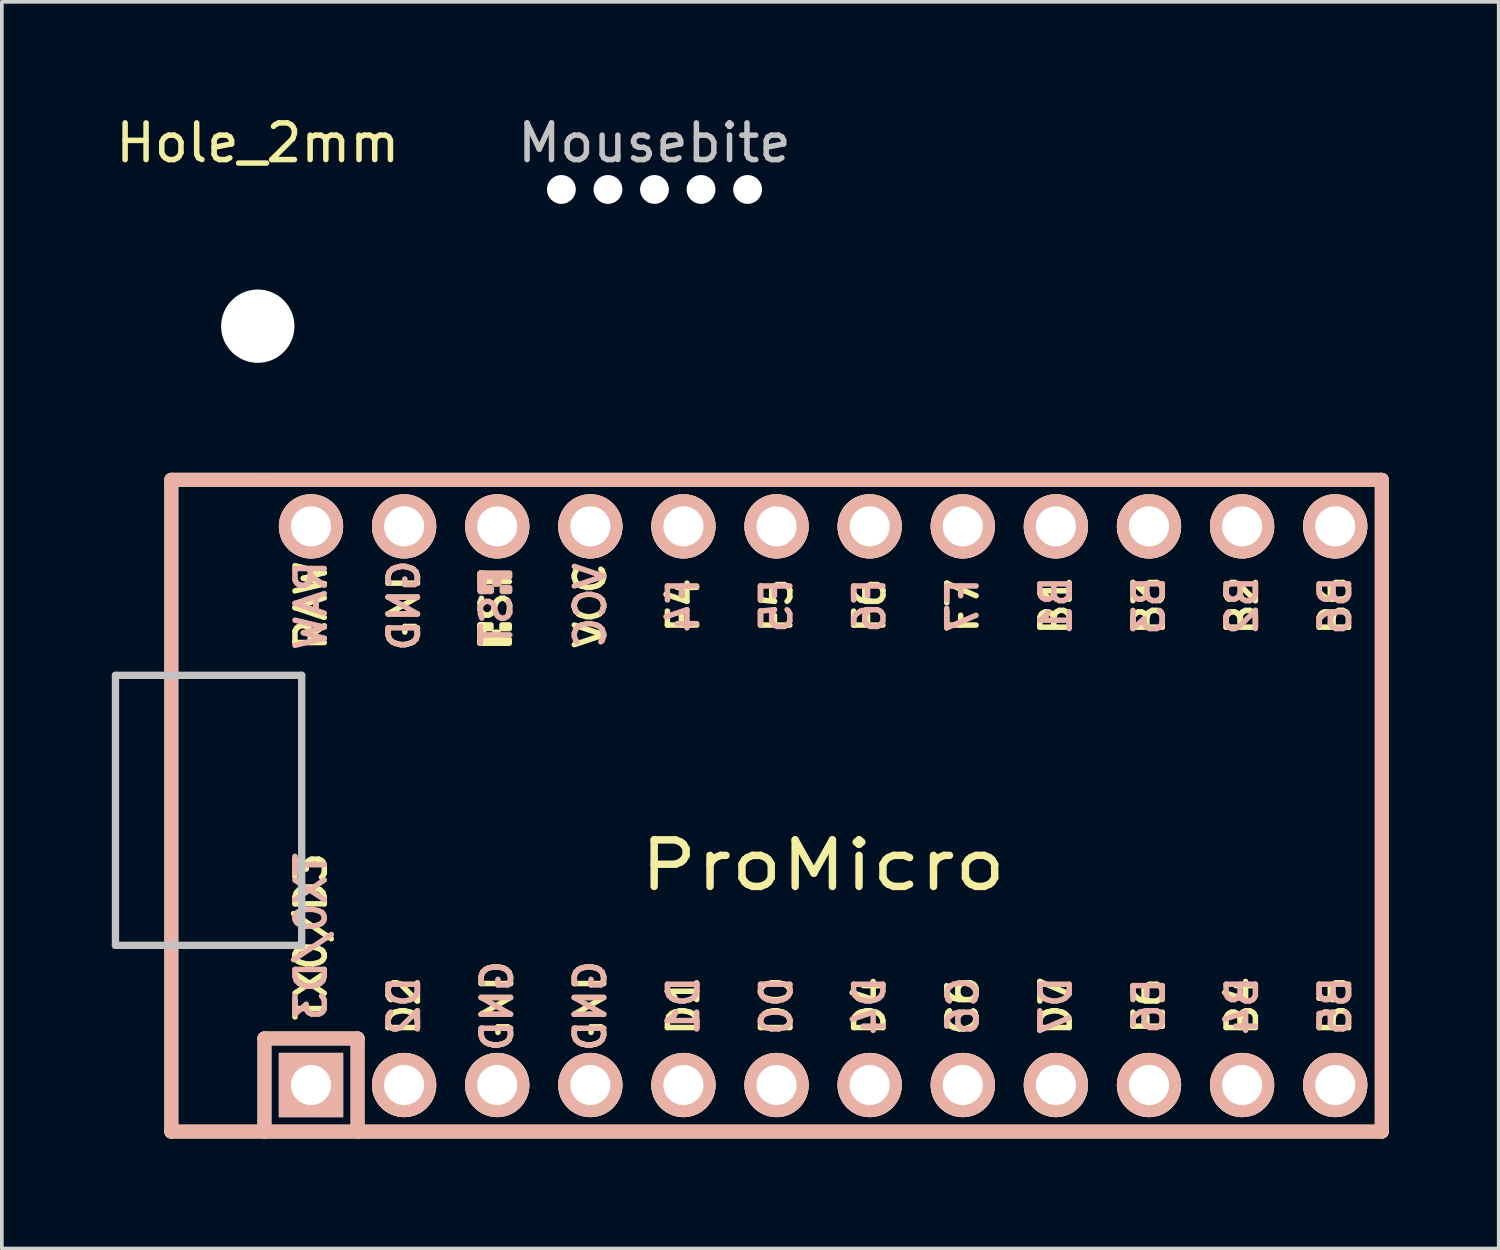
<source format=kicad_pcb>
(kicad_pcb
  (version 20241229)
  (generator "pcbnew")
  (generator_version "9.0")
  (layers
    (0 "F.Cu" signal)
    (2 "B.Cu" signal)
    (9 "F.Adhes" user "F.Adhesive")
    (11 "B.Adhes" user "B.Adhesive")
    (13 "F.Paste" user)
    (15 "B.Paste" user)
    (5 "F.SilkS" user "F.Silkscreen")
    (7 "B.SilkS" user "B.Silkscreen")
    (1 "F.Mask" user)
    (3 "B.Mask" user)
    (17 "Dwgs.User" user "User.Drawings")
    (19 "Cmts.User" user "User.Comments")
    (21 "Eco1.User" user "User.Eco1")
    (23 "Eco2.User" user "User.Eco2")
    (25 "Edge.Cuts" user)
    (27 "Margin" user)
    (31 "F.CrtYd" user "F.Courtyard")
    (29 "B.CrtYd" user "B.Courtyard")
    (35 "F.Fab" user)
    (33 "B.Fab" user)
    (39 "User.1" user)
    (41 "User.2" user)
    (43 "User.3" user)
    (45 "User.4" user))
  (footprint "Mousebite"
    (layer "F.Cu")
    (at 14.804 2.372)
    (property "Reference" "Mousebite" (at 0 -1.524 0) (layer "Dwgs.User") (effects (font (size 1 1) (thickness 0.15))))
    (attr exclude_from_pos_files exclude_from_bom)
    (pad "" np_thru_hole circle (at -2.54 -0.254) (size 0.787 0.787) (drill 0.787) (layers "*.Cu" "*.Mask"))
    (pad "" np_thru_hole circle (at -1.27 -0.254) (size 0.787 0.787) (drill 0.787) (layers "*.Cu" "*.Mask"))
    (pad "" np_thru_hole circle (at 0 -0.254) (size 0.787 0.787) (drill 0.787) (layers "*.Cu" "*.Mask"))
    (pad "" np_thru_hole circle (at 1.27 -0.254) (size 0.787 0.787) (drill 0.787) (layers "*.Cu" "*.Mask"))
    (pad "" np_thru_hole circle (at 2.54 -0.254) (size 0.787 0.787) (drill 0.787) (layers "*.Cu" "*.Mask")))
  (footprint "Hole_2mm"
    (layer "F.Cu")
    (at 3.982 5.848)
    (property "Reference" "Hole_2mm" (at 0 -5 0) (layer "F.SilkS") (effects (font (size 1 1) (thickness 0.15))))
    (attr exclude_from_pos_files exclude_from_bom)
    (pad "" np_thru_hole circle (at 0 0) (size 2 2) (drill 2) (layers "*.Cu" "*.Mask")))
  (footprint "ProMicro"
    (layer "F.Cu")
    (at 19.404 18.929)
    (property "Reference" "ProMicro" (at 0 1.625 0) (layer "F.SilkS") (effects (font (size 1.27 1.524) (thickness 0.203))))
    (attr through_hole)
    (fp_line (start -17.78 -8.89) (end -17.78 8.89) (stroke (width 0.381) (type solid)) (layer "F.SilkS"))
    (fp_line (start -17.78 8.89) (end -15.24 8.89) (stroke (width 0.381) (type solid)) (layer "F.SilkS"))
    (fp_line (start -15.24 -8.89) (end -17.78 -8.89) (stroke (width 0.381) (type solid)) (layer "F.SilkS"))
    (fp_line (start -15.24 6.35) (end -15.24 8.89) (stroke (width 0.381) (type solid)) (layer "F.SilkS"))
    (fp_line (start -15.24 6.35) (end -12.7 6.35) (stroke (width 0.381) (type solid)) (layer "F.SilkS"))
    (fp_line (start -15.24 8.89) (end 15.24 8.89) (stroke (width 0.381) (type solid)) (layer "F.SilkS"))
    (fp_line (start -12.7 6.35) (end -12.7 8.89) (stroke (width 0.381) (type solid)) (layer "F.SilkS"))
    (fp_line (start 15.24 -8.89) (end -15.24 -8.89) (stroke (width 0.381) (type solid)) (layer "F.SilkS"))
    (fp_line (start 15.24 8.89) (end 15.24 -8.89) (stroke (width 0.381) (type solid)) (layer "F.SilkS"))
    (fp_poly (pts (xy -9.361 -4.932) (xy -9.261 -4.932) (xy -9.261 -4.432) (xy -9.361 -4.432)) (stroke (width 0.15) (type solid)) (fill yes) (layer "F.SilkS"))
    (fp_poly (pts (xy -9.361 -4.932) (xy -9.061 -4.932) (xy -9.061 -4.832) (xy -9.361 -4.832)) (stroke (width 0.15) (type solid)) (fill yes) (layer "F.SilkS"))
    (fp_poly (pts (xy -9.361 -4.532) (xy -8.561 -4.532) (xy -8.561 -4.432) (xy -9.361 -4.432)) (stroke (width 0.15) (type solid)) (fill yes) (layer "F.SilkS"))
    (fp_poly (pts (xy -8.961 -4.732) (xy -8.861 -4.732) (xy -8.861 -4.632) (xy -8.961 -4.632)) (stroke (width 0.15) (type solid)) (fill yes) (layer "F.SilkS"))
    (fp_poly (pts (xy -8.761 -4.932) (xy -8.561 -4.932) (xy -8.561 -4.832) (xy -8.761 -4.832)) (stroke (width 0.15) (type solid)) (fill yes) (layer "F.SilkS"))
    (fp_line (start -17.78 -8.89) (end -17.78 8.89) (stroke (width 0.381) (type solid)) (layer "B.SilkS"))
    (fp_line (start -17.78 8.89) (end 15.24 8.89) (stroke (width 0.381) (type solid)) (layer "B.SilkS"))
    (fp_line (start -15.24 6.35) (end -15.24 8.89) (stroke (width 0.381) (type solid)) (layer "B.SilkS"))
    (fp_line (start -15.24 6.35) (end -12.7 6.35) (stroke (width 0.381) (type solid)) (layer "B.SilkS"))
    (fp_line (start -12.7 6.35) (end -12.7 8.89) (stroke (width 0.381) (type solid)) (layer "B.SilkS"))
    (fp_line (start 15.24 -8.89) (end -17.78 -8.89) (stroke (width 0.381) (type solid)) (layer "B.SilkS"))
    (fp_line (start 15.24 8.89) (end 15.24 -8.89) (stroke (width 0.381) (type solid)) (layer "B.SilkS"))
    (fp_poly (pts (xy -9.351 -6.245) (xy -8.551 -6.245) (xy -8.551 -6.345) (xy -9.351 -6.345)) (stroke (width 0.15) (type solid)) (fill yes) (layer "B.SilkS"))
    (fp_poly (pts (xy -9.351 -5.845) (xy -9.251 -5.845) (xy -9.251 -6.345) (xy -9.351 -6.345)) (stroke (width 0.15) (type solid)) (fill yes) (layer "B.SilkS"))
    (fp_poly (pts (xy -9.351 -5.845) (xy -9.051 -5.845) (xy -9.051 -5.945) (xy -9.351 -5.945)) (stroke (width 0.15) (type solid)) (fill yes) (layer "B.SilkS"))
    (fp_poly (pts (xy -8.951 -6.045) (xy -8.851 -6.045) (xy -8.851 -6.145) (xy -8.951 -6.145)) (stroke (width 0.15) (type solid)) (fill yes) (layer "B.SilkS"))
    (fp_poly (pts (xy -8.751 -5.845) (xy -8.551 -5.845) (xy -8.551 -5.945) (xy -8.751 -5.945)) (stroke (width 0.15) (type solid)) (fill yes) (layer "B.SilkS"))
    (fp_line (start -19.304 -3.556) (end -14.224 -3.556) (stroke (width 0.2) (type solid)) (layer "Dwgs.User"))
    (fp_line (start -19.304 3.81) (end -19.304 -3.556) (stroke (width 0.2) (type solid)) (layer "Dwgs.User"))
    (fp_line (start -14.224 -3.556) (end -14.224 3.81) (stroke (width 0.2) (type solid)) (layer "Dwgs.User"))
    (fp_line (start -14.224 3.81) (end -19.304 3.81) (stroke (width 0.2) (type solid)) (layer "Dwgs.User"))
    (fp_text user "F5" (at -1.27 -5.461 90) (layer "F.SilkS") (effects (font (size 0.8 0.8) (thickness 0.15))))
    (fp_text user "D4" (at 1.27 5.461 90) (layer "F.SilkS") (effects (font (size 0.8 0.8) (thickness 0.15))))
    (fp_text user "F7" (at 3.81 -5.461 90) (layer "F.SilkS") (effects (font (size 0.8 0.8) (thickness 0.15))))
    (fp_text user "F6" (at 1.27 -5.461 90) (layer "F.SilkS") (effects (font (size 0.8 0.8) (thickness 0.15))))
    (fp_text user "TX0/D3" (at -13.97 3.572 90) (layer "F.SilkS") (effects (font (size 0.8 0.8) (thickness 0.15))))
    (fp_text user "D7" (at 6.35 5.461 90) (layer "F.SilkS") (effects (font (size 0.8 0.8) (thickness 0.15))))
    (fp_text user "D1" (at -3.81 5.461 90) (layer "F.SilkS") (effects (font (size 0.8 0.8) (thickness 0.15))))
    (fp_text user "D2" (at -11.43 5.461 90) (layer "F.SilkS") (effects (font (size 0.8 0.8) (thickness 0.15))))
    (fp_text user "B2" (at 11.43 -5.461 90) (layer "F.SilkS") (effects (font (size 0.8 0.8) (thickness 0.15))))
    (fp_text user "B1" (at 6.35 -5.461 90) (layer "F.SilkS") (effects (font (size 0.8 0.8) (thickness 0.15))))
    (fp_text user "B6" (at 13.97 -5.461 90) (layer "F.SilkS") (effects (font (size 0.8 0.8) (thickness 0.15))))
    (fp_text user "F4" (at -3.81 -5.461 90) (layer "F.SilkS") (effects (font (size 0.8 0.8) (thickness 0.15))))
    (fp_text user "D0" (at -1.27 5.461 90) (layer "F.SilkS") (effects (font (size 0.8 0.8) (thickness 0.15))))
    (fp_text user "GND" (at -6.35 5.461 90) (layer "F.SilkS") (effects (font (size 0.8 0.8) (thickness 0.15))))
    (fp_text user "B4" (at 11.43 5.461 90) (layer "F.SilkS") (effects (font (size 0.8 0.8) (thickness 0.15))))
    (fp_text user "B3" (at 8.89 -5.461 90) (layer "F.SilkS") (effects (font (size 0.8 0.8) (thickness 0.15))))
    (fp_text user "B5" (at 13.97 5.461 90) (layer "F.SilkS") (effects (font (size 0.8 0.8) (thickness 0.15))))
    (fp_text user "GND" (at -11.43 -5.461 90) (layer "F.SilkS") (effects (font (size 0.8 0.8) (thickness 0.15))))
    (fp_text user "VCC" (at -6.35 -5.461 90) (layer "F.SilkS") (effects (font (size 0.8 0.8) (thickness 0.15))))
    (fp_text user "ST" (at -8.92 -5.733 90) (layer "F.SilkS") (effects (font (size 0.8 0.8) (thickness 0.15))))
    (fp_text user "E6" (at 8.89 5.461 90) (layer "F.SilkS") (effects (font (size 0.8 0.8) (thickness 0.15))))
    (fp_text user "RAW" (at -13.97 -5.461 90) (layer "F.SilkS") (effects (font (size 0.8 0.8) (thickness 0.15))))
    (fp_text user "C6" (at 3.81 5.461 90) (layer "F.SilkS") (effects (font (size 0.8 0.8) (thickness 0.15))))
    (fp_text user "GND" (at -8.89 5.461 90) (layer "F.SilkS") (effects (font (size 0.8 0.8) (thickness 0.15))))
    (fp_text user "ST" (at -8.91 -5.04 90) (layer "B.SilkS") (effects (font (size 0.8 0.8) (thickness 0.15)) (justify mirror)))
    (fp_text user "B6" (at 13.97 -5.461 90) (layer "B.SilkS") (effects (font (size 0.8 0.8) (thickness 0.15)) (justify mirror)))
    (fp_text user "GND" (at -8.89 5.461 90) (layer "B.SilkS") (effects (font (size 0.8 0.8) (thickness 0.15)) (justify mirror)))
    (fp_text user "TX0/D3" (at -13.97 3.572 90) (layer "B.SilkS") (effects (font (size 0.8 0.8) (thickness 0.15)) (justify mirror)))
    (fp_text user "D0" (at -1.27 5.461 90) (layer "B.SilkS") (effects (font (size 0.8 0.8) (thickness 0.15)) (justify mirror)))
    (fp_text user "F7" (at 3.81 -5.461 90) (layer "B.SilkS") (effects (font (size 0.8 0.8) (thickness 0.15)) (justify mirror)))
    (fp_text user "F6" (at 1.27 -5.461 90) (layer "B.SilkS") (effects (font (size 0.8 0.8) (thickness 0.15)) (justify mirror)))
    (fp_text user "D2" (at -11.43 5.461 90) (layer "B.SilkS") (effects (font (size 0.8 0.8) (thickness 0.15)) (justify mirror)))
    (fp_text user "GND" (at -6.35 5.461 90) (layer "B.SilkS") (effects (font (size 0.8 0.8) (thickness 0.15)) (justify mirror)))
    (fp_text user "F5" (at -1.27 -5.461 90) (layer "B.SilkS") (effects (font (size 0.8 0.8) (thickness 0.15)) (justify mirror)))
    (fp_text user "F4" (at -3.81 -5.461 90) (layer "B.SilkS") (effects (font (size 0.8 0.8) (thickness 0.15)) (justify mirror)))
    (fp_text user "B3" (at 8.89 -5.461 90) (layer "B.SilkS") (effects (font (size 0.8 0.8) (thickness 0.15)) (justify mirror)))
    (fp_text user "VCC" (at -6.35 -5.461 90) (layer "B.SilkS") (effects (font (size 0.8 0.8) (thickness 0.15)) (justify mirror)))
    (fp_text user "B2" (at 11.43 -5.461 90) (layer "B.SilkS") (effects (font (size 0.8 0.8) (thickness 0.15)) (justify mirror)))
    (fp_text user "C6" (at 3.81 5.461 90) (layer "B.SilkS") (effects (font (size 0.8 0.8) (thickness 0.15)) (justify mirror)))
    (fp_text user "D7" (at 6.35 5.461 90) (layer "B.SilkS") (effects (font (size 0.8 0.8) (thickness 0.15)) (justify mirror)))
    (fp_text user "GND" (at -11.43 -5.461 90) (layer "B.SilkS") (effects (font (size 0.8 0.8) (thickness 0.15)) (justify mirror)))
    (fp_text user "B1" (at 6.35 -5.461 90) (layer "B.SilkS") (effects (font (size 0.8 0.8) (thickness 0.15)) (justify mirror)))
    (fp_text user "E6" (at 8.89 5.461 90) (layer "B.SilkS") (effects (font (size 0.8 0.8) (thickness 0.15)) (justify mirror)))
    (fp_text user "D4" (at 1.27 5.461 90) (layer "B.SilkS") (effects (font (size 0.8 0.8) (thickness 0.15)) (justify mirror)))
    (fp_text user "B5" (at 13.97 5.461 90) (layer "B.SilkS") (effects (font (size 0.8 0.8) (thickness 0.15)) (justify mirror)))
    (fp_text user "D1" (at -3.81 5.461 90) (layer "B.SilkS") (effects (font (size 0.8 0.8) (thickness 0.15)) (justify mirror)))
    (fp_text user "RAW" (at -13.97 -5.461 90) (layer "B.SilkS") (effects (font (size 0.8 0.8) (thickness 0.15)) (justify mirror)))
    (fp_text user "B4" (at 11.43 5.461 90) (layer "B.SilkS") (effects (font (size 0.8 0.8) (thickness 0.15)) (justify mirror)))
    (pad "1" thru_hole rect (at -13.97 7.62) (size 1.753 1.753) (drill 1.092) (layers "*.Cu" "*.SilkS" "*.Mask"))
    (pad "2" thru_hole circle (at -11.43 7.62) (size 1.753 1.753) (drill 1.092) (layers "*.Cu" "*.SilkS" "*.Mask"))
    (pad "3" thru_hole circle (at -8.89 7.62) (size 1.753 1.753) (drill 1.092) (layers "*.Cu" "*.SilkS" "*.Mask"))
    (pad "4" thru_hole circle (at -6.35 7.62) (size 1.753 1.753) (drill 1.092) (layers "*.Cu" "*.SilkS" "*.Mask"))
    (pad "5" thru_hole circle (at -3.81 7.62) (size 1.753 1.753) (drill 1.092) (layers "*.Cu" "*.SilkS" "*.Mask"))
    (pad "6" thru_hole circle (at -1.27 7.62) (size 1.753 1.753) (drill 1.092) (layers "*.Cu" "*.SilkS" "*.Mask"))
    (pad "7" thru_hole circle (at 1.27 7.62) (size 1.753 1.753) (drill 1.092) (layers "*.Cu" "*.SilkS" "*.Mask"))
    (pad "8" thru_hole circle (at 3.81 7.62) (size 1.753 1.753) (drill 1.092) (layers "*.Cu" "*.SilkS" "*.Mask"))
    (pad "9" thru_hole circle (at 6.35 7.62) (size 1.753 1.753) (drill 1.092) (layers "*.Cu" "*.SilkS" "*.Mask"))
    (pad "10" thru_hole circle (at 8.89 7.62) (size 1.753 1.753) (drill 1.092) (layers "*.Cu" "*.SilkS" "*.Mask"))
    (pad "11" thru_hole circle (at 11.43 7.62) (size 1.753 1.753) (drill 1.092) (layers "*.Cu" "*.SilkS" "*.Mask"))
    (pad "12" thru_hole circle (at 13.97 7.62) (size 1.753 1.753) (drill 1.092) (layers "*.Cu" "*.SilkS" "*.Mask"))
    (pad "13" thru_hole circle (at 13.97 -7.62) (size 1.753 1.753) (drill 1.092) (layers "*.Cu" "*.SilkS" "*.Mask"))
    (pad "14" thru_hole circle (at 11.43 -7.62) (size 1.753 1.753) (drill 1.092) (layers "*.Cu" "*.SilkS" "*.Mask"))
    (pad "15" thru_hole circle (at 8.89 -7.62) (size 1.753 1.753) (drill 1.092) (layers "*.Cu" "*.SilkS" "*.Mask"))
    (pad "16" thru_hole circle (at 6.35 -7.62) (size 1.753 1.753) (drill 1.092) (layers "*.Cu" "*.SilkS" "*.Mask"))
    (pad "17" thru_hole circle (at 3.81 -7.62) (size 1.753 1.753) (drill 1.092) (layers "*.Cu" "*.SilkS" "*.Mask"))
    (pad "18" thru_hole circle (at 1.27 -7.62) (size 1.753 1.753) (drill 1.092) (layers "*.Cu" "*.SilkS" "*.Mask"))
    (pad "19" thru_hole circle (at -1.27 -7.62) (size 1.753 1.753) (drill 1.092) (layers "*.Cu" "*.SilkS" "*.Mask"))
    (pad "20" thru_hole circle (at -3.81 -7.62) (size 1.753 1.753) (drill 1.092) (layers "*.Cu" "*.SilkS" "*.Mask"))
    (pad "21" thru_hole circle (at -6.35 -7.62) (size 1.753 1.753) (drill 1.092) (layers "*.Cu" "*.SilkS" "*.Mask"))
    (pad "22" thru_hole circle (at -8.89 -7.62) (size 1.753 1.753) (drill 1.092) (layers "*.Cu" "*.SilkS" "*.Mask"))
    (pad "23" thru_hole circle (at -11.43 -7.62) (size 1.753 1.753) (drill 1.092) (layers "*.Cu" "*.SilkS" "*.Mask"))
    (pad "24" thru_hole circle (at -13.97 -7.62) (size 1.753 1.753) (drill 1.092) (layers "*.Cu" "*.SilkS" "*.Mask")))
  (gr_rect
    (start -3 -3)
    (end 37.834 31.009)
    (stroke (width 0.1) (type default))
    (fill no)
    (layer "Edge.Cuts")))
</source>
